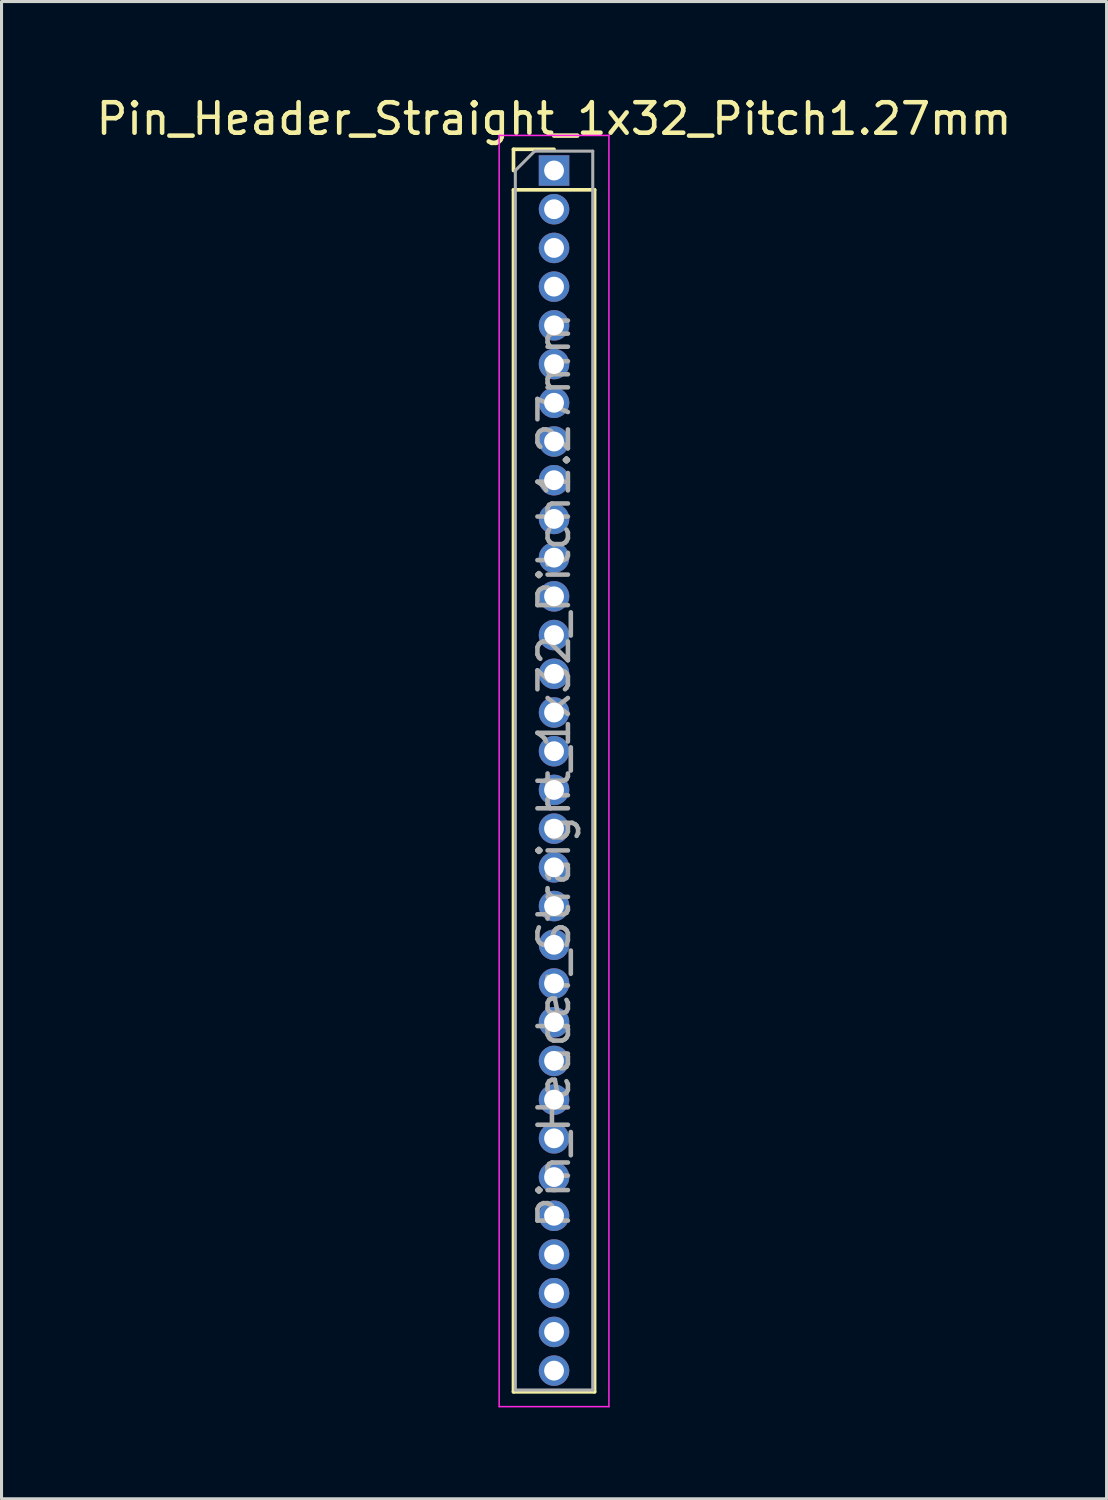
<source format=kicad_pcb>
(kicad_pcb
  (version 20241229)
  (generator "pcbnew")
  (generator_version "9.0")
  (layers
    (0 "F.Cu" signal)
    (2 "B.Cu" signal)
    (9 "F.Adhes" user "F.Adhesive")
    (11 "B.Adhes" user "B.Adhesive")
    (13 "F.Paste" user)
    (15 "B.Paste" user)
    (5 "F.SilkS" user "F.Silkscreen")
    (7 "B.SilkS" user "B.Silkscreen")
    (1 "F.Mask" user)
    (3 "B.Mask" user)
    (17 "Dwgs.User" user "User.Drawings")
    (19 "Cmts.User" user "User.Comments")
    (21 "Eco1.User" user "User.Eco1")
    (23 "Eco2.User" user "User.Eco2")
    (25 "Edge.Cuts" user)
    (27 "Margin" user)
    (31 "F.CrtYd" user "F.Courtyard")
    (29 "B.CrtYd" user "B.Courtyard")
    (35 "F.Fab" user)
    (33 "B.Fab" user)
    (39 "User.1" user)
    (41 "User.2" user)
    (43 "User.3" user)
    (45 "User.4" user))
  (footprint "Pin_Header_Straight_1x32_Pitch1.27mm"
    (layer "F.Cu")
    (at 15.125 2.543)
    (property "Reference" "Pin_Header_Straight_1x32_Pitch1.27mm" (at 0 -1.695 0) (layer "F.SilkS") (effects (font (size 1 1) (thickness 0.15))))
    (attr through_hole)
    (fp_line (start -1.33 -0.695) (end 0 -0.695) (stroke (width 0.12) (type solid)) (layer "F.SilkS"))
    (fp_line (start -1.33 0) (end -1.33 -0.695) (stroke (width 0.12) (type solid)) (layer "F.SilkS"))
    (fp_line (start -1.33 0.635) (end -1.33 40.065) (stroke (width 0.12) (type solid)) (layer "F.SilkS"))
    (fp_line (start -1.33 40.065) (end 1.33 40.065) (stroke (width 0.12) (type solid)) (layer "F.SilkS"))
    (fp_line (start 1.33 0.635) (end -1.33 0.635) (stroke (width 0.12) (type solid)) (layer "F.SilkS"))
    (fp_line (start 1.33 40.065) (end 1.33 0.635) (stroke (width 0.12) (type solid)) (layer "F.SilkS"))
    (fp_line (start -1.8 -1.15) (end -1.8 40.55) (stroke (width 0.05) (type solid)) (layer "F.CrtYd"))
    (fp_line (start -1.8 40.55) (end 1.8 40.55) (stroke (width 0.05) (type solid)) (layer "F.CrtYd"))
    (fp_line (start 1.8 -1.15) (end -1.8 -1.15) (stroke (width 0.05) (type solid)) (layer "F.CrtYd"))
    (fp_line (start 1.8 40.55) (end 1.8 -1.15) (stroke (width 0.05) (type solid)) (layer "F.CrtYd"))
    (fp_line (start -1.27 0) (end -0.635 -0.635) (stroke (width 0.1) (type solid)) (layer "F.Fab"))
    (fp_line (start -1.27 40.005) (end -1.27 0) (stroke (width 0.1) (type solid)) (layer "F.Fab"))
    (fp_line (start -0.635 -0.635) (end 1.27 -0.635) (stroke (width 0.1) (type solid)) (layer "F.Fab"))
    (fp_line (start 1.27 -0.635) (end 1.27 40.005) (stroke (width 0.1) (type solid)) (layer "F.Fab"))
    (fp_line (start 1.27 40.005) (end -1.27 40.005) (stroke (width 0.1) (type solid)) (layer "F.Fab"))
    (fp_text user "${REFERENCE}" (at 0 19.685 90) (layer "F.Fab") (effects (font (size 1 1) (thickness 0.15))))
    (pad "1" thru_hole rect (at 0 0) (size 1 1) (drill 0.65) (layers "*.Cu" "*.Mask"))
    (pad "2" thru_hole oval (at 0 1.27) (size 1 1) (drill 0.65) (layers "*.Cu" "*.Mask"))
    (pad "3" thru_hole oval (at 0 2.54) (size 1 1) (drill 0.65) (layers "*.Cu" "*.Mask"))
    (pad "4" thru_hole oval (at 0 3.81) (size 1 1) (drill 0.65) (layers "*.Cu" "*.Mask"))
    (pad "5" thru_hole oval (at 0 5.08) (size 1 1) (drill 0.65) (layers "*.Cu" "*.Mask"))
    (pad "6" thru_hole oval (at 0 6.35) (size 1 1) (drill 0.65) (layers "*.Cu" "*.Mask"))
    (pad "7" thru_hole oval (at 0 7.62) (size 1 1) (drill 0.65) (layers "*.Cu" "*.Mask"))
    (pad "8" thru_hole oval (at 0 8.89) (size 1 1) (drill 0.65) (layers "*.Cu" "*.Mask"))
    (pad "9" thru_hole oval (at 0 10.16) (size 1 1) (drill 0.65) (layers "*.Cu" "*.Mask"))
    (pad "10" thru_hole oval (at 0 11.43) (size 1 1) (drill 0.65) (layers "*.Cu" "*.Mask"))
    (pad "11" thru_hole oval (at 0 12.7) (size 1 1) (drill 0.65) (layers "*.Cu" "*.Mask"))
    (pad "12" thru_hole oval (at 0 13.97) (size 1 1) (drill 0.65) (layers "*.Cu" "*.Mask"))
    (pad "13" thru_hole oval (at 0 15.24) (size 1 1) (drill 0.65) (layers "*.Cu" "*.Mask"))
    (pad "14" thru_hole oval (at 0 16.51) (size 1 1) (drill 0.65) (layers "*.Cu" "*.Mask"))
    (pad "15" thru_hole oval (at 0 17.78) (size 1 1) (drill 0.65) (layers "*.Cu" "*.Mask"))
    (pad "16" thru_hole oval (at 0 19.05) (size 1 1) (drill 0.65) (layers "*.Cu" "*.Mask"))
    (pad "17" thru_hole oval (at 0 20.32) (size 1 1) (drill 0.65) (layers "*.Cu" "*.Mask"))
    (pad "18" thru_hole oval (at 0 21.59) (size 1 1) (drill 0.65) (layers "*.Cu" "*.Mask"))
    (pad "19" thru_hole oval (at 0 22.86) (size 1 1) (drill 0.65) (layers "*.Cu" "*.Mask"))
    (pad "20" thru_hole oval (at 0 24.13) (size 1 1) (drill 0.65) (layers "*.Cu" "*.Mask"))
    (pad "21" thru_hole oval (at 0 25.4) (size 1 1) (drill 0.65) (layers "*.Cu" "*.Mask"))
    (pad "22" thru_hole oval (at 0 26.67) (size 1 1) (drill 0.65) (layers "*.Cu" "*.Mask"))
    (pad "23" thru_hole oval (at 0 27.94) (size 1 1) (drill 0.65) (layers "*.Cu" "*.Mask"))
    (pad "24" thru_hole oval (at 0 29.21) (size 1 1) (drill 0.65) (layers "*.Cu" "*.Mask"))
    (pad "25" thru_hole oval (at 0 30.48) (size 1 1) (drill 0.65) (layers "*.Cu" "*.Mask"))
    (pad "26" thru_hole oval (at 0 31.75) (size 1 1) (drill 0.65) (layers "*.Cu" "*.Mask"))
    (pad "27" thru_hole oval (at 0 33.02) (size 1 1) (drill 0.65) (layers "*.Cu" "*.Mask"))
    (pad "28" thru_hole oval (at 0 34.29) (size 1 1) (drill 0.65) (layers "*.Cu" "*.Mask"))
    (pad "29" thru_hole oval (at 0 35.56) (size 1 1) (drill 0.65) (layers "*.Cu" "*.Mask"))
    (pad "30" thru_hole oval (at 0 36.83) (size 1 1) (drill 0.65) (layers "*.Cu" "*.Mask"))
    (pad "31" thru_hole oval (at 0 38.1) (size 1 1) (drill 0.65) (layers "*.Cu" "*.Mask"))
    (pad "32" thru_hole oval (at 0 39.37) (size 1 1) (drill 0.65) (layers "*.Cu" "*.Mask")))
  (gr_rect
    (start -3 -3)
    (end 33.25 46.118)
    (stroke (width 0.1) (type default))
    (fill no)
    (layer "Edge.Cuts")))
</source>
